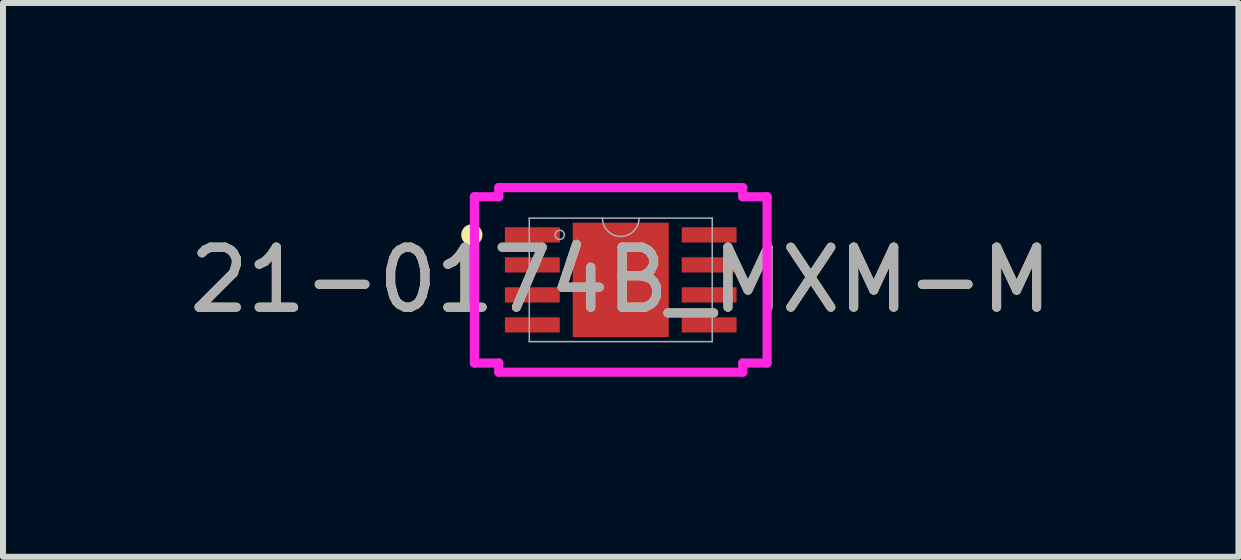
<source format=kicad_pcb>
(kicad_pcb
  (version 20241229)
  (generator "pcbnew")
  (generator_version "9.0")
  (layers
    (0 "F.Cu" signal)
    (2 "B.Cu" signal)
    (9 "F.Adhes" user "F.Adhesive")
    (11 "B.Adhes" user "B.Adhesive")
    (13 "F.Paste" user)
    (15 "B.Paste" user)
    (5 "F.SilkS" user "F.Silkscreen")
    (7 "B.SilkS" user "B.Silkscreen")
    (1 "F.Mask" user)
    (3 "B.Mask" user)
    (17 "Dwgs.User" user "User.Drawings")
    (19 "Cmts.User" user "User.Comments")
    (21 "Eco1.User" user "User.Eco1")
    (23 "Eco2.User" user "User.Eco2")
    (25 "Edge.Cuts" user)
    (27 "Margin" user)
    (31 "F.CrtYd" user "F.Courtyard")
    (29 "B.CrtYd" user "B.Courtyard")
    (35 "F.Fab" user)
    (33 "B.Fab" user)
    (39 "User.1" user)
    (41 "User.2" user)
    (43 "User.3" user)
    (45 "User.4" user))
  (footprint "21-0174B_MXM-M"
    (layer "F.Cu")
    (at 7.292 1.613)
    (property "Reference" "21-0174B_MXM-M" (at 0 0 0) (unlocked yes) (layer "F.SilkS") (effects (font (size 1 1) (thickness 0.15))))
    (attr smd)
    (fp_circle (center -2.481 -0.75) (end -2.38 -0.75) (stroke (width 0.152) (type solid)) (fill no) (layer "F.SilkS"))
    (fp_line (start -2.438 -1.385) (end -2.032 -1.385) (stroke (width 0.152) (type solid)) (layer "F.CrtYd"))
    (fp_line (start -2.438 1.385) (end -2.438 -1.385) (stroke (width 0.152) (type solid)) (layer "F.CrtYd"))
    (fp_line (start -2.438 1.385) (end -2.032 1.385) (stroke (width 0.152) (type solid)) (layer "F.CrtYd"))
    (fp_line (start -2.032 -1.537) (end 2.032 -1.537) (stroke (width 0.152) (type solid)) (layer "F.CrtYd"))
    (fp_line (start -2.032 -1.385) (end -2.032 -1.537) (stroke (width 0.152) (type solid)) (layer "F.CrtYd"))
    (fp_line (start -2.032 1.537) (end -2.032 1.385) (stroke (width 0.152) (type solid)) (layer "F.CrtYd"))
    (fp_line (start 2.032 -1.537) (end 2.032 -1.385) (stroke (width 0.152) (type solid)) (layer "F.CrtYd"))
    (fp_line (start 2.032 1.385) (end 2.032 1.537) (stroke (width 0.152) (type solid)) (layer "F.CrtYd"))
    (fp_line (start 2.032 1.537) (end -2.032 1.537) (stroke (width 0.152) (type solid)) (layer "F.CrtYd"))
    (fp_line (start 2.438 -1.385) (end 2.032 -1.385) (stroke (width 0.152) (type solid)) (layer "F.CrtYd"))
    (fp_line (start 2.438 -1.385) (end 2.438 1.385) (stroke (width 0.152) (type solid)) (layer "F.CrtYd"))
    (fp_line (start 2.438 1.385) (end 2.032 1.385) (stroke (width 0.152) (type solid)) (layer "F.CrtYd"))
    (fp_line (start -1.524 -1.029) (end -1.524 1.029) (stroke (width 0.025) (type solid)) (layer "F.Fab"))
    (fp_line (start -1.524 1.029) (end 1.524 1.029) (stroke (width 0.025) (type solid)) (layer "F.Fab"))
    (fp_line (start 1.524 -1.029) (end -1.524 -1.029) (stroke (width 0.025) (type solid)) (layer "F.Fab"))
    (fp_line (start 1.524 1.029) (end 1.524 -1.029) (stroke (width 0.025) (type solid)) (layer "F.Fab"))
    (fp_arc (start 0.3048 -1.0287) (mid 0 -0.7239) (end -0.3048 -1.0287) (stroke (width 0.0254) (type solid)) (layer "F.Fab"))
    (fp_circle (center -1.016 -0.75) (end -0.94 -0.75) (stroke (width 0.025) (type solid)) (fill no) (layer "F.Fab"))
    (fp_text user "${REFERENCE}" (at 0 0 0) (unlocked yes) (layer "F.Fab") (effects (font (size 1 1) (thickness 0.15))))
    (pad "1" smd rect (at -1.473 -0.75) (size 0.914 0.254) (layers "F.Cu" "F.Mask" "F.Paste"))
    (pad "2" smd rect (at -1.473 -0.25) (size 0.914 0.254) (layers "F.Cu" "F.Mask" "F.Paste"))
    (pad "3" smd rect (at -1.473 0.25) (size 0.914 0.254) (layers "F.Cu" "F.Mask" "F.Paste"))
    (pad "4" smd rect (at -1.473 0.75) (size 0.914 0.254) (layers "F.Cu" "F.Mask" "F.Paste"))
    (pad "5" smd rect (at 1.473 0.75) (size 0.914 0.254) (layers "F.Cu" "F.Mask" "F.Paste"))
    (pad "6" smd rect (at 1.473 0.25) (size 0.914 0.254) (layers "F.Cu" "F.Mask" "F.Paste"))
    (pad "7" smd rect (at 1.473 -0.25) (size 0.914 0.254) (layers "F.Cu" "F.Mask" "F.Paste"))
    (pad "8" smd rect (at 1.473 -0.75) (size 0.914 0.254) (layers "F.Cu" "F.Mask" "F.Paste"))
    (pad "9" smd rect (at 0 0) (size 1.6 1.905) (layers "F.Cu" "F.Mask" "F.Paste")))
  (gr_rect
    (start -3 -3)
    (end 17.583 6.226)
    (stroke (width 0.1) (type default))
    (fill no)
    (layer "Edge.Cuts")))
</source>
